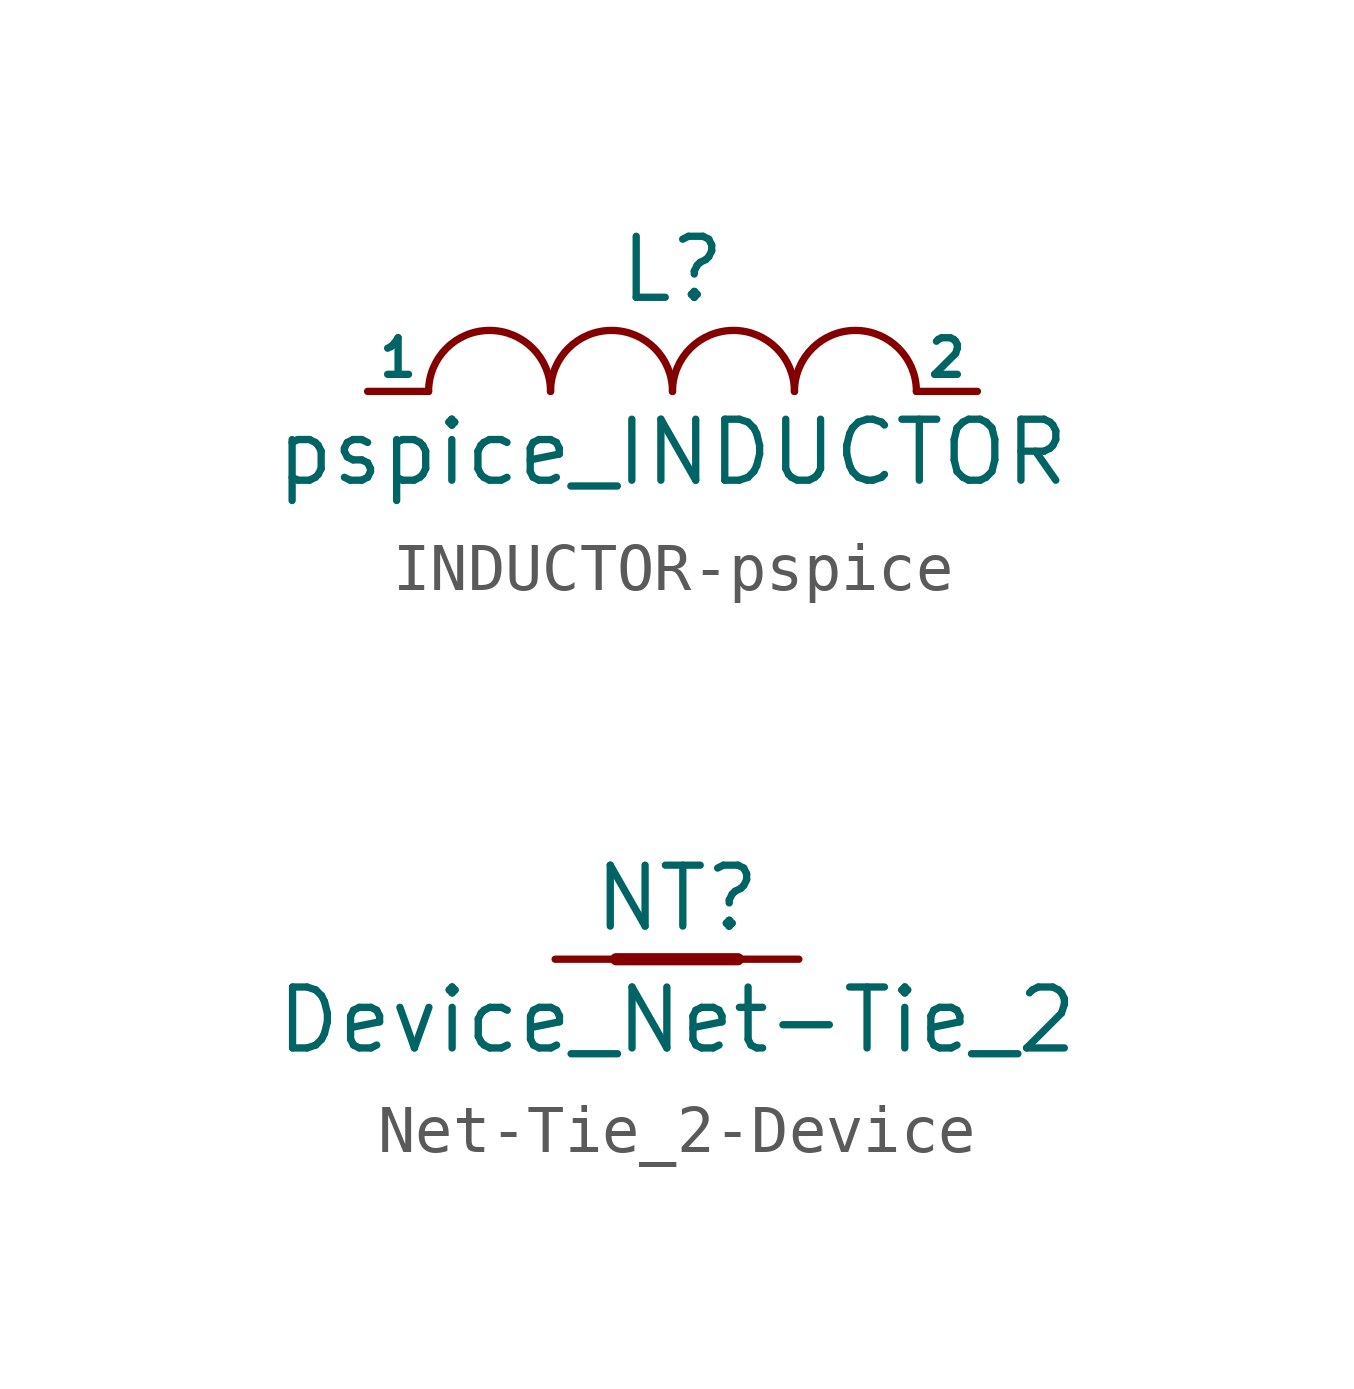
<source format=kicad_sym>
(kicad_symbol_lib
  (version 20220914)
  (generator kicad_symbol_editor)
  (symbol "INDUCTOR-pspice"
    (pin_numbers hide)
    (pin_names
      (offset 0))
    (property "Reference" "L"
      (at 0 2.54 0)
      (effects (font (size 1.27 1.27))))
    (property "Value" "pspice_INDUCTOR"
      (at 0 -1.27 0)
      (effects (font (size 1.27 1.27))))
    (symbol "INDUCTOR-pspice_0_1"
      (arc (start -2.54 0) (mid -3.81 1.2645) (end -5.08 0) (stroke (width 0) (type solid)) (fill (type none)))
      (arc (start 0 0) (mid -1.27 1.2645) (end -2.54 0) (stroke (width 0) (type solid)) (fill (type none)))
      (arc (start 2.54 0) (mid 1.27 1.2645) (end 0 0) (stroke (width 0) (type solid)) (fill (type none)))
      (arc (start 5.08 0) (mid 3.81 1.2645) (end 2.54 0) (stroke (width 0) (type solid)) (fill (type none))))
    (symbol "INDUCTOR-pspice_1_1"
      (pin input line (at -6.35 0 0) (length 1.27) (name "1" (effects (font (size 0.762 0.762)))) (number "1" (effects (font (size 0.762 0.762)))))
      (pin input line (at 6.35 0 180) (length 1.27) (name "2" (effects (font (size 0.762 0.762)))) (number "2" (effects (font (size 0.762 0.762)))))))
  (symbol "Net-Tie_2-Device"
    (pin_numbers hide)
    (pin_names
      (offset 0) hide)
    (property "Reference" "NT"
      (at 0 1.27 0)
      (effects (font (size 1.27 1.27))))
    (property "Value" "Device_Net-Tie_2"
      (at 0 -1.27 0)
      (effects (font (size 1.27 1.27))))
    (symbol "Net-Tie_2-Device_0_1"
      (polyline (pts (xy -1.27 0) (xy 1.27 0)) (stroke (width 0.254) (type solid)) (fill (type none))))
    (symbol "Net-Tie_2-Device_1_1"
      (pin passive line (at -2.54 0 0) (length 2.54) (name "1" (effects (font (size 1.27 1.27)))) (number "1" (effects (font (size 1.27 1.27)))))
      (pin passive line (at 2.54 0 180) (length 2.54) (name "2" (effects (font (size 1.27 1.27)))) (number "2" (effects (font (size 1.27 1.27))))))))
</source>
